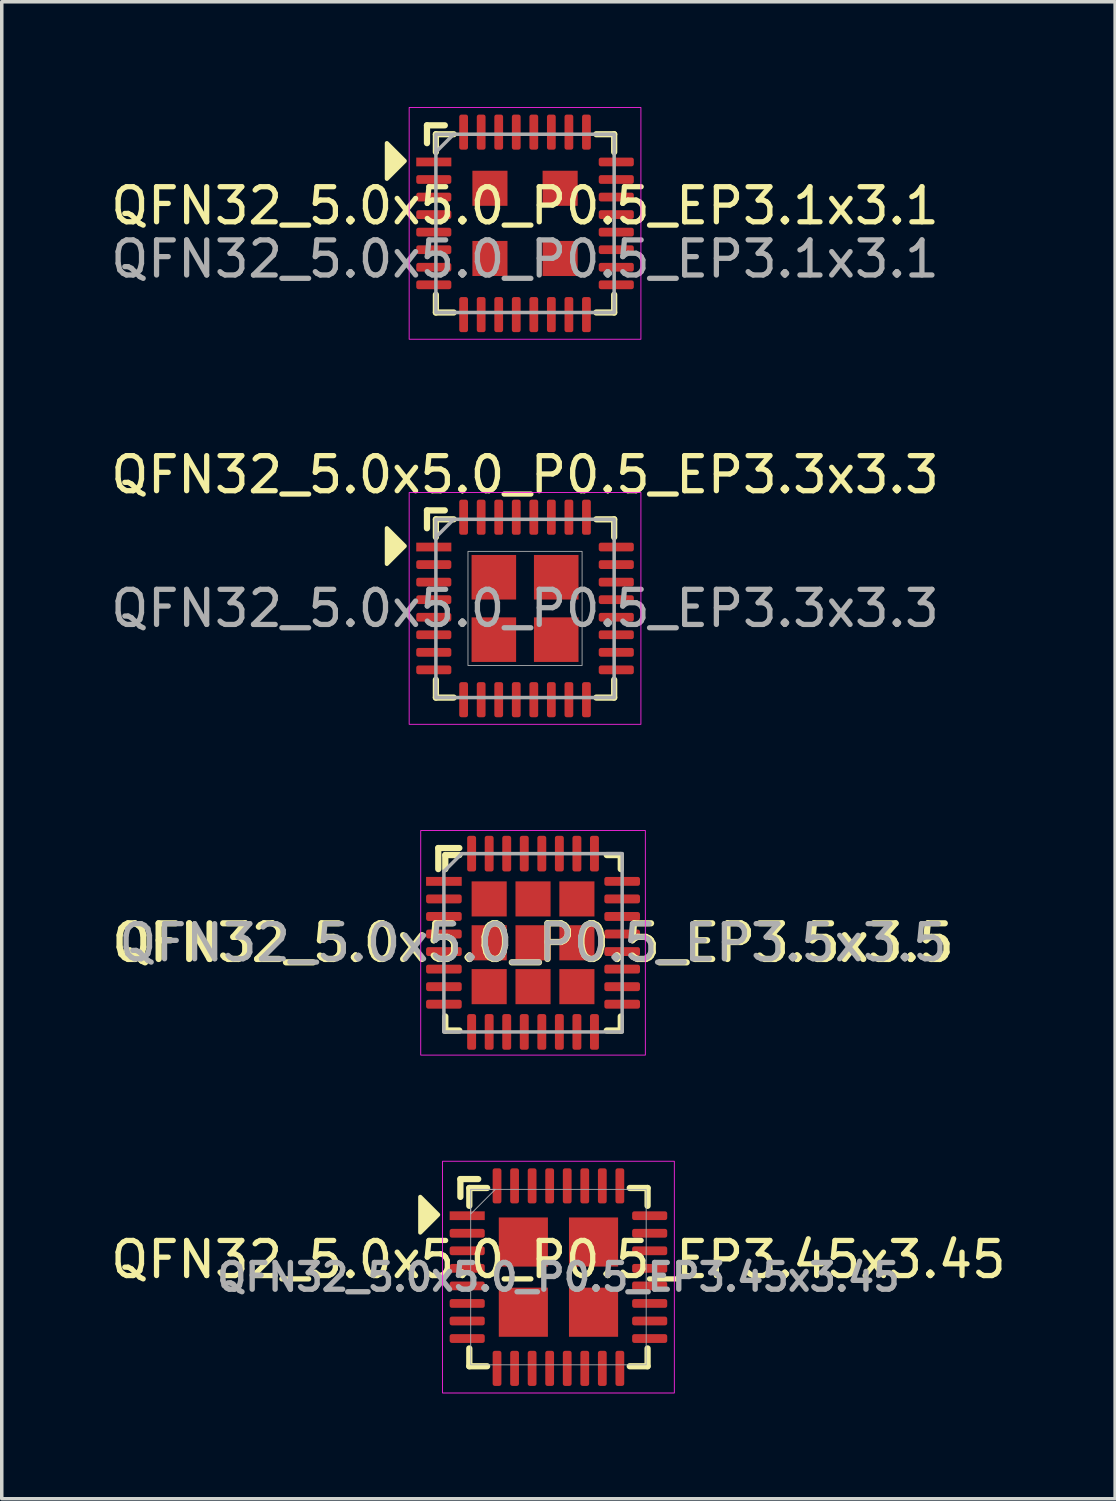
<source format=kicad_pcb>
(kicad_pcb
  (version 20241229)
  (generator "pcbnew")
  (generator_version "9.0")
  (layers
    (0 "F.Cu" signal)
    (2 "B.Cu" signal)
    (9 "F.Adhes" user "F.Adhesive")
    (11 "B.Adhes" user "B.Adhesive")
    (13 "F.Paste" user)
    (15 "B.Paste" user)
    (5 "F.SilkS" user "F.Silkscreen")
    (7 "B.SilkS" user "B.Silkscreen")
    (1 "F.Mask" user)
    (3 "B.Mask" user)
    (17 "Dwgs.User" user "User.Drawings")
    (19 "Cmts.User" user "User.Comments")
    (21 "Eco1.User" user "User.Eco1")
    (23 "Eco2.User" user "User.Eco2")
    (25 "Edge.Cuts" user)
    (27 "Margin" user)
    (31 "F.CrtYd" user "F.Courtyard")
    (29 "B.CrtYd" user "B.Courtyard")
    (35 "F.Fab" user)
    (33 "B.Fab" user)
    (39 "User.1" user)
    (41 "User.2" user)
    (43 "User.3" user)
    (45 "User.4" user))
  (footprint "QFN32_5.0x5.0_P0.5_EP3.45x3.45"
    (layer "F.Cu")
    (at 12.863 33.342)
    (property "Reference" "QFN32_5.0x5.0_P0.5_EP3.45x3.45" (at 0 -0.5 0) (unlocked yes) (layer "F.SilkS") (effects (font (size 1 1) (thickness 0.15))))
    (attr smd)
    (fp_line (start -2.794 -2.794) (end -2.286 -2.794) (stroke (width 0.178) (type solid)) (layer "F.SilkS"))
    (fp_line (start -2.794 -2.286) (end -2.794 -2.794) (stroke (width 0.178) (type solid)) (layer "F.SilkS"))
    (fp_line (start -2.54 -2.54) (end -2.032 -2.54) (stroke (width 0.178) (type solid)) (layer "F.SilkS"))
    (fp_line (start -2.54 -2.032) (end -2.54 -2.54) (stroke (width 0.178) (type solid)) (layer "F.SilkS"))
    (fp_line (start -2.54 2.54) (end -2.54 2.032) (stroke (width 0.178) (type solid)) (layer "F.SilkS"))
    (fp_line (start -2.032 2.54) (end -2.54 2.54) (stroke (width 0.178) (type solid)) (layer "F.SilkS"))
    (fp_line (start 2.032 -2.54) (end 2.54 -2.54) (stroke (width 0.178) (type solid)) (layer "F.SilkS"))
    (fp_line (start 2.54 -2.54) (end 2.54 -2.032) (stroke (width 0.178) (type solid)) (layer "F.SilkS"))
    (fp_line (start 2.54 2.032) (end 2.54 2.54) (stroke (width 0.178) (type solid)) (layer "F.SilkS"))
    (fp_line (start 2.54 2.54) (end 2.032 2.54) (stroke (width 0.178) (type solid)) (layer "F.SilkS"))
    (fp_poly (pts (xy -3.429 -1.778) (xy -3.937 -1.27) (xy -3.937 -2.286)) (stroke (width 0.12) (type solid)) (fill yes) (layer "F.SilkS"))
    (fp_rect (start -3.302 -3.302) (end 3.302 3.302) (stroke (width 0.025) (type solid)) (fill no) (layer "F.CrtYd"))
    (fp_rect (start -2.5 -2.5) (end 2.5 2.5) (stroke (width 0.025) (type solid)) (fill no) (layer "F.Fab"))
    (fp_poly (pts (xy -2.5 -1.8) (xy -2.5 -2.5) (xy -1.8 -2.5)) (stroke (width 0.025) (type solid)) (fill no) (layer "F.Fab"))
    (fp_text user "${REFERENCE}" (at 0 0 0) (unlocked yes) (layer "F.Fab") (effects (font (size 0.762 0.762) (thickness 0.152) (bold yes))))
    (pad "1" smd rect (at -2.6 -1.75) (size 1 0.25) (layers "F.Cu" "F.Mask" "F.Paste"))
    (pad "2" smd roundrect (at -2.6 -1.25) (size 1 0.25) (layers "F.Cu" "F.Mask" "F.Paste") (roundrect_rratio 0.25))
    (pad "3" smd roundrect (at -2.6 -0.75) (size 1 0.25) (layers "F.Cu" "F.Mask" "F.Paste") (roundrect_rratio 0.25))
    (pad "4" smd roundrect (at -2.6 -0.25) (size 1 0.25) (layers "F.Cu" "F.Mask" "F.Paste") (roundrect_rratio 0.25))
    (pad "5" smd roundrect (at -2.6 0.25) (size 1 0.25) (layers "F.Cu" "F.Mask" "F.Paste") (roundrect_rratio 0.25))
    (pad "6" smd roundrect (at -2.6 0.75) (size 1 0.25) (layers "F.Cu" "F.Mask" "F.Paste") (roundrect_rratio 0.25))
    (pad "7" smd roundrect (at -2.6 1.25) (size 1 0.25) (layers "F.Cu" "F.Mask" "F.Paste") (roundrect_rratio 0.25))
    (pad "8" smd roundrect (at -2.6 1.75) (size 1 0.25) (layers "F.Cu" "F.Mask" "F.Paste") (roundrect_rratio 0.25))
    (pad "9" smd roundrect (at -1.75 2.6) (size 0.25 1) (layers "F.Cu" "F.Mask" "F.Paste") (roundrect_rratio 0.25))
    (pad "10" smd roundrect (at -1.25 2.6) (size 0.25 1) (layers "F.Cu" "F.Mask" "F.Paste") (roundrect_rratio 0.25))
    (pad "11" smd roundrect (at -0.75 2.6) (size 0.25 1) (layers "F.Cu" "F.Mask" "F.Paste") (roundrect_rratio 0.25))
    (pad "12" smd roundrect (at -0.25 2.6) (size 0.25 1) (layers "F.Cu" "F.Mask" "F.Paste") (roundrect_rratio 0.25))
    (pad "13" smd roundrect (at 0.25 2.6) (size 0.25 1) (layers "F.Cu" "F.Mask" "F.Paste") (roundrect_rratio 0.25))
    (pad "14" smd roundrect (at 0.75 2.6) (size 0.25 1) (layers "F.Cu" "F.Mask" "F.Paste") (roundrect_rratio 0.25))
    (pad "15" smd roundrect (at 1.25 2.6) (size 0.25 1) (layers "F.Cu" "F.Mask" "F.Paste") (roundrect_rratio 0.25))
    (pad "16" smd roundrect (at 1.75 2.6) (size 0.25 1) (layers "F.Cu" "F.Mask" "F.Paste") (roundrect_rratio 0.25))
    (pad "17" smd roundrect (at 2.6 1.75) (size 1 0.25) (layers "F.Cu" "F.Mask" "F.Paste") (roundrect_rratio 0.25))
    (pad "18" smd roundrect (at 2.6 1.25) (size 1 0.25) (layers "F.Cu" "F.Mask" "F.Paste") (roundrect_rratio 0.25))
    (pad "19" smd roundrect (at 2.6 0.75) (size 1 0.25) (layers "F.Cu" "F.Mask" "F.Paste") (roundrect_rratio 0.25))
    (pad "20" smd roundrect (at 2.6 0.25) (size 1 0.25) (layers "F.Cu" "F.Mask" "F.Paste") (roundrect_rratio 0.25))
    (pad "21" smd roundrect (at 2.6 -0.25) (size 1 0.25) (layers "F.Cu" "F.Mask" "F.Paste") (roundrect_rratio 0.25))
    (pad "22" smd roundrect (at 2.6 -0.75) (size 1 0.25) (layers "F.Cu" "F.Mask" "F.Paste") (roundrect_rratio 0.25))
    (pad "23" smd roundrect (at 2.6 -1.25) (size 1 0.25) (layers "F.Cu" "F.Mask" "F.Paste") (roundrect_rratio 0.25))
    (pad "24" smd roundrect (at 2.6 -1.75) (size 1 0.25) (layers "F.Cu" "F.Mask" "F.Paste") (roundrect_rratio 0.25))
    (pad "25" smd roundrect (at 1.75 -2.6) (size 0.25 1) (layers "F.Cu" "F.Mask" "F.Paste") (roundrect_rratio 0.25))
    (pad "26" smd roundrect (at 1.25 -2.6) (size 0.25 1) (layers "F.Cu" "F.Mask" "F.Paste") (roundrect_rratio 0.25))
    (pad "27" smd roundrect (at 0.75 -2.6) (size 0.25 1) (layers "F.Cu" "F.Mask" "F.Paste") (roundrect_rratio 0.25))
    (pad "28" smd roundrect (at 0.25 -2.6) (size 0.25 1) (layers "F.Cu" "F.Mask" "F.Paste") (roundrect_rratio 0.25))
    (pad "29" smd roundrect (at -0.25 -2.6) (size 0.25 1) (layers "F.Cu" "F.Mask" "F.Paste") (roundrect_rratio 0.25))
    (pad "30" smd roundrect (at -0.75 -2.6) (size 0.25 1) (layers "F.Cu" "F.Mask" "F.Paste") (roundrect_rratio 0.25))
    (pad "31" smd roundrect (at -1.25 -2.6) (size 0.25 1) (layers "F.Cu" "F.Mask" "F.Paste") (roundrect_rratio 0.25))
    (pad "32" smd roundrect (at -1.75 -2.6) (size 0.25 1) (layers "F.Cu" "F.Mask" "F.Paste") (roundrect_rratio 0.25))
    (pad "33" smd rect (at -1 -1) (size 1.4 1.4) (layers "F.Cu" "F.Mask" "F.Paste"))
    (pad "33" smd rect (at -1 1) (size 1.4 1.4) (layers "F.Cu" "F.Mask" "F.Paste"))
    (pad "33" smd rect (at 1 -1) (size 1.4 1.4) (layers "F.Cu" "F.Mask" "F.Paste"))
    (pad "33" smd rect (at 1 1) (size 1.4 1.4) (layers "F.Cu" "F.Mask" "F.Paste")))
  (footprint "QFN32_5.0x5.0_P0.5_EP3.3x3.3"
    (layer "F.Cu")
    (at 11.911 14.288)
    (property "Reference" "QFN32_5.0x5.0_P0.5_EP3.3x3.3" (at 0 -3.81 0) (unlocked yes) (layer "F.SilkS") (effects (font (size 1 1) (thickness 0.15))))
    (attr smd)
    (fp_line (start -2.794 -2.794) (end -2.286 -2.794) (stroke (width 0.178) (type solid)) (layer "F.SilkS"))
    (fp_line (start -2.794 -2.286) (end -2.794 -2.794) (stroke (width 0.178) (type solid)) (layer "F.SilkS"))
    (fp_line (start -2.54 -2.54) (end -2.032 -2.54) (stroke (width 0.178) (type solid)) (layer "F.SilkS"))
    (fp_line (start -2.54 -2.032) (end -2.54 -2.54) (stroke (width 0.178) (type solid)) (layer "F.SilkS"))
    (fp_line (start -2.54 2.54) (end -2.54 2.032) (stroke (width 0.178) (type solid)) (layer "F.SilkS"))
    (fp_line (start -2.032 2.54) (end -2.54 2.54) (stroke (width 0.178) (type solid)) (layer "F.SilkS"))
    (fp_line (start 2.032 -2.54) (end 2.54 -2.54) (stroke (width 0.178) (type solid)) (layer "F.SilkS"))
    (fp_line (start 2.54 -2.54) (end 2.54 -2.032) (stroke (width 0.178) (type solid)) (layer "F.SilkS"))
    (fp_line (start 2.54 2.032) (end 2.54 2.54) (stroke (width 0.178) (type solid)) (layer "F.SilkS"))
    (fp_line (start 2.54 2.54) (end 2.032 2.54) (stroke (width 0.178) (type solid)) (layer "F.SilkS"))
    (fp_poly (pts (xy -3.429 -1.778) (xy -3.937 -1.27) (xy -3.937 -2.286)) (stroke (width 0.12) (type solid)) (fill yes) (layer "F.SilkS"))
    (fp_rect (start -3.302 -3.302) (end 3.302 3.302) (stroke (width 0.025) (type solid)) (fill no) (layer "F.CrtYd"))
    (fp_line (start -2.54 -2.032) (end -2.032 -2.54) (stroke (width 0.1) (type solid)) (layer "F.Fab"))
    (fp_rect (start -2.54 -2.54) (end 2.54 2.54) (stroke (width 0.1) (type solid)) (fill no) (layer "F.Fab"))
    (fp_rect (start -1.626 1.626) (end 1.626 -1.626) (stroke (width 0.025) (type solid)) (fill no) (layer "F.Fab"))
    (fp_text user "${REFERENCE}" (at 0 0 0) (unlocked yes) (layer "F.Fab") (effects (font (size 1 1) (thickness 0.15))))
    (pad "1" smd rect (at -2.6 -1.75) (size 1 0.25) (layers "F.Cu" "F.Mask" "F.Paste"))
    (pad "2" smd roundrect (at -2.6 -1.25) (size 1 0.25) (layers "F.Cu" "F.Mask" "F.Paste") (roundrect_rratio 0.25))
    (pad "3" smd roundrect (at -2.6 -0.75) (size 1 0.25) (layers "F.Cu" "F.Mask" "F.Paste") (roundrect_rratio 0.25))
    (pad "4" smd roundrect (at -2.6 -0.25) (size 1 0.25) (layers "F.Cu" "F.Mask" "F.Paste") (roundrect_rratio 0.25))
    (pad "5" smd roundrect (at -2.6 0.25) (size 1 0.25) (layers "F.Cu" "F.Mask" "F.Paste") (roundrect_rratio 0.25))
    (pad "6" smd roundrect (at -2.6 0.75) (size 1 0.25) (layers "F.Cu" "F.Mask" "F.Paste") (roundrect_rratio 0.25))
    (pad "7" smd roundrect (at -2.6 1.25) (size 1 0.25) (layers "F.Cu" "F.Mask" "F.Paste") (roundrect_rratio 0.25))
    (pad "8" smd roundrect (at -2.6 1.75) (size 1 0.25) (layers "F.Cu" "F.Mask" "F.Paste") (roundrect_rratio 0.25))
    (pad "9" smd roundrect (at -1.75 2.6) (size 0.25 1) (layers "F.Cu" "F.Mask" "F.Paste") (roundrect_rratio 0.25))
    (pad "10" smd roundrect (at -1.25 2.6) (size 0.25 1) (layers "F.Cu" "F.Mask" "F.Paste") (roundrect_rratio 0.25))
    (pad "11" smd roundrect (at -0.75 2.6) (size 0.25 1) (layers "F.Cu" "F.Mask" "F.Paste") (roundrect_rratio 0.25))
    (pad "12" smd roundrect (at -0.25 2.6) (size 0.25 1) (layers "F.Cu" "F.Mask" "F.Paste") (roundrect_rratio 0.25))
    (pad "13" smd roundrect (at 0.25 2.6) (size 0.25 1) (layers "F.Cu" "F.Mask" "F.Paste") (roundrect_rratio 0.25))
    (pad "14" smd roundrect (at 0.75 2.6) (size 0.25 1) (layers "F.Cu" "F.Mask" "F.Paste") (roundrect_rratio 0.25))
    (pad "15" smd roundrect (at 1.25 2.6) (size 0.25 1) (layers "F.Cu" "F.Mask" "F.Paste") (roundrect_rratio 0.25))
    (pad "16" smd roundrect (at 1.75 2.6) (size 0.25 1) (layers "F.Cu" "F.Mask" "F.Paste") (roundrect_rratio 0.25))
    (pad "17" smd roundrect (at 2.6 1.75) (size 1 0.25) (layers "F.Cu" "F.Mask" "F.Paste") (roundrect_rratio 0.25))
    (pad "18" smd roundrect (at 2.6 1.25) (size 1 0.25) (layers "F.Cu" "F.Mask" "F.Paste") (roundrect_rratio 0.25))
    (pad "19" smd roundrect (at 2.6 0.75) (size 1 0.25) (layers "F.Cu" "F.Mask" "F.Paste") (roundrect_rratio 0.25))
    (pad "20" smd roundrect (at 2.6 0.25) (size 1 0.25) (layers "F.Cu" "F.Mask" "F.Paste") (roundrect_rratio 0.25))
    (pad "21" smd roundrect (at 2.6 -0.25) (size 1 0.25) (layers "F.Cu" "F.Mask" "F.Paste") (roundrect_rratio 0.25))
    (pad "22" smd roundrect (at 2.6 -0.75) (size 1 0.25) (layers "F.Cu" "F.Mask" "F.Paste") (roundrect_rratio 0.25))
    (pad "23" smd roundrect (at 2.6 -1.25) (size 1 0.25) (layers "F.Cu" "F.Mask" "F.Paste") (roundrect_rratio 0.25))
    (pad "24" smd roundrect (at 2.6 -1.75) (size 1 0.25) (layers "F.Cu" "F.Mask" "F.Paste") (roundrect_rratio 0.25))
    (pad "25" smd roundrect (at 1.75 -2.6) (size 0.25 1) (layers "F.Cu" "F.Mask" "F.Paste") (roundrect_rratio 0.25))
    (pad "26" smd roundrect (at 1.25 -2.6) (size 0.25 1) (layers "F.Cu" "F.Mask" "F.Paste") (roundrect_rratio 0.25))
    (pad "27" smd roundrect (at 0.75 -2.6) (size 0.25 1) (layers "F.Cu" "F.Mask" "F.Paste") (roundrect_rratio 0.25))
    (pad "28" smd roundrect (at 0.25 -2.6) (size 0.25 1) (layers "F.Cu" "F.Mask" "F.Paste") (roundrect_rratio 0.25))
    (pad "29" smd roundrect (at -0.25 -2.6) (size 0.25 1) (layers "F.Cu" "F.Mask" "F.Paste") (roundrect_rratio 0.25))
    (pad "30" smd roundrect (at -0.75 -2.6) (size 0.25 1) (layers "F.Cu" "F.Mask" "F.Paste") (roundrect_rratio 0.25))
    (pad "31" smd roundrect (at -1.25 -2.6) (size 0.25 1) (layers "F.Cu" "F.Mask" "F.Paste") (roundrect_rratio 0.25))
    (pad "32" smd roundrect (at -1.75 -2.6) (size 0.25 1) (layers "F.Cu" "F.Mask" "F.Paste") (roundrect_rratio 0.25))
    (pad "33" smd rect (at -0.889 -0.889) (size 1.27 1.27) (layers "F.Cu" "F.Mask" "F.Paste"))
    (pad "33" smd rect (at -0.889 0.889) (size 1.27 1.27) (layers "F.Cu" "F.Mask" "F.Paste"))
    (pad "33" smd rect (at 0.889 -0.889) (size 1.27 1.27) (layers "F.Cu" "F.Mask" "F.Paste"))
    (pad "33" smd rect (at 0.889 0.889) (size 1.27 1.27) (layers "F.Cu" "F.Mask" "F.Paste")))
  (footprint "QFN32_5.0x5.0_P0.5_EP3.5x3.5"
    (layer "F.Cu")
    (at 12.139 23.815)
    (property "Reference" "QFN32_5.0x5.0_P0.5_EP3.5x3.5" (at 0 0 0) (layer "F.SilkS") (effects (font (size 1.016 1.016) (thickness 0.178))))
    (attr smd)
    (fp_line (start -2.7 -2.7) (end -2.1 -2.7) (stroke (width 0.178) (type default)) (layer "F.SilkS"))
    (fp_line (start -2.7 -2.1) (end -2.7 -2.7) (stroke (width 0.178) (type default)) (layer "F.SilkS"))
    (fp_line (start -2.5 -2.1) (end -2.5 -2.5) (stroke (width 0.178) (type solid)) (layer "F.SilkS"))
    (fp_line (start -2.5 2.5) (end -2.5 2.1) (stroke (width 0.178) (type solid)) (layer "F.SilkS"))
    (fp_line (start -2.1 -2.5) (end -2.5 -2.5) (stroke (width 0.178) (type solid)) (layer "F.SilkS"))
    (fp_line (start -2.1 2.5) (end -2.5 2.5) (stroke (width 0.178) (type solid)) (layer "F.SilkS"))
    (fp_line (start 2.1 -2.5) (end 2.5 -2.5) (stroke (width 0.178) (type solid)) (layer "F.SilkS"))
    (fp_line (start 2.5 -2.1) (end 2.5 -2.5) (stroke (width 0.178) (type solid)) (layer "F.SilkS"))
    (fp_line (start 2.5 2.1) (end 2.5 2.5) (stroke (width 0.178) (type solid)) (layer "F.SilkS"))
    (fp_line (start 2.5 2.5) (end 2.1 2.5) (stroke (width 0.178) (type solid)) (layer "F.SilkS"))
    (fp_rect (start -3.2 -3.2) (end 3.2 3.2) (stroke (width 0.025) (type solid)) (fill no) (layer "F.CrtYd"))
    (fp_line (start -2.54 -2.032) (end -2.54 2.54) (stroke (width 0.1) (type solid)) (layer "F.Fab"))
    (fp_line (start -2.54 2.54) (end 2.54 2.54) (stroke (width 0.1) (type solid)) (layer "F.Fab"))
    (fp_line (start -2.032 -2.54) (end -2.54 -2.032) (stroke (width 0.1) (type solid)) (layer "F.Fab"))
    (fp_line (start 2.54 -2.54) (end -2.032 -2.54) (stroke (width 0.1) (type solid)) (layer "F.Fab"))
    (fp_line (start 2.54 2.54) (end 2.54 -2.54) (stroke (width 0.1) (type solid)) (layer "F.Fab"))
    (fp_text user "${REFERENCE}" (at 0 0 0) (layer "F.Fab") (effects (font (size 1 1) (thickness 0.15))))
    (pad "1" smd rect (at -2.54 -1.75) (size 1.016 0.254) (layers "F.Cu" "F.Mask" "F.Paste"))
    (pad "2" smd roundrect (at -2.54 -1.25) (size 1.016 0.254) (layers "F.Cu" "F.Mask" "F.Paste") (roundrect_rratio 0.25))
    (pad "3" smd roundrect (at -2.54 -0.75) (size 1.016 0.254) (layers "F.Cu" "F.Mask" "F.Paste") (roundrect_rratio 0.25))
    (pad "4" smd roundrect (at -2.54 -0.25) (size 1.016 0.254) (layers "F.Cu" "F.Mask" "F.Paste") (roundrect_rratio 0.25))
    (pad "5" smd roundrect (at -2.54 0.25) (size 1.016 0.254) (layers "F.Cu" "F.Mask" "F.Paste") (roundrect_rratio 0.25))
    (pad "6" smd roundrect (at -2.54 0.75) (size 1.016 0.254) (layers "F.Cu" "F.Mask" "F.Paste") (roundrect_rratio 0.25))
    (pad "7" smd roundrect (at -2.54 1.25) (size 1.016 0.254) (layers "F.Cu" "F.Mask" "F.Paste") (roundrect_rratio 0.25))
    (pad "8" smd roundrect (at -2.54 1.75) (size 1.016 0.254) (layers "F.Cu" "F.Mask" "F.Paste") (roundrect_rratio 0.25))
    (pad "9" smd roundrect (at -1.75 2.54) (size 0.254 1.016) (layers "F.Cu" "F.Mask" "F.Paste") (roundrect_rratio 0.25))
    (pad "10" smd roundrect (at -1.25 2.54) (size 0.254 1.016) (layers "F.Cu" "F.Mask" "F.Paste") (roundrect_rratio 0.25))
    (pad "11" smd roundrect (at -0.75 2.54) (size 0.254 1.016) (layers "F.Cu" "F.Mask" "F.Paste") (roundrect_rratio 0.25))
    (pad "12" smd roundrect (at -0.25 2.54) (size 0.254 1.016) (layers "F.Cu" "F.Mask" "F.Paste") (roundrect_rratio 0.25))
    (pad "13" smd roundrect (at 0.25 2.54) (size 0.254 1.016) (layers "F.Cu" "F.Mask" "F.Paste") (roundrect_rratio 0.25))
    (pad "14" smd roundrect (at 0.75 2.54) (size 0.254 1.016) (layers "F.Cu" "F.Mask" "F.Paste") (roundrect_rratio 0.25))
    (pad "15" smd roundrect (at 1.25 2.54) (size 0.254 1.016) (layers "F.Cu" "F.Mask" "F.Paste") (roundrect_rratio 0.25))
    (pad "16" smd roundrect (at 1.75 2.54) (size 0.254 1.016) (layers "F.Cu" "F.Mask" "F.Paste") (roundrect_rratio 0.25))
    (pad "17" smd roundrect (at 2.54 1.75) (size 1.016 0.254) (layers "F.Cu" "F.Mask" "F.Paste") (roundrect_rratio 0.25))
    (pad "18" smd roundrect (at 2.54 1.25) (size 1.016 0.254) (layers "F.Cu" "F.Mask" "F.Paste") (roundrect_rratio 0.25))
    (pad "19" smd roundrect (at 2.54 0.75) (size 1.016 0.254) (layers "F.Cu" "F.Mask" "F.Paste") (roundrect_rratio 0.25))
    (pad "20" smd roundrect (at 2.54 0.25) (size 1.016 0.254) (layers "F.Cu" "F.Mask" "F.Paste") (roundrect_rratio 0.25))
    (pad "21" smd roundrect (at 2.54 -0.25) (size 1.016 0.254) (layers "F.Cu" "F.Mask" "F.Paste") (roundrect_rratio 0.25))
    (pad "22" smd roundrect (at 2.54 -0.75) (size 1.016 0.254) (layers "F.Cu" "F.Mask" "F.Paste") (roundrect_rratio 0.25))
    (pad "23" smd roundrect (at 2.54 -1.25) (size 1.016 0.254) (layers "F.Cu" "F.Mask" "F.Paste") (roundrect_rratio 0.25))
    (pad "24" smd roundrect (at 2.54 -1.75) (size 1.016 0.254) (layers "F.Cu" "F.Mask" "F.Paste") (roundrect_rratio 0.25))
    (pad "25" smd roundrect (at 1.75 -2.54) (size 0.254 1.016) (layers "F.Cu" "F.Mask" "F.Paste") (roundrect_rratio 0.25))
    (pad "26" smd roundrect (at 1.25 -2.54) (size 0.254 1.016) (layers "F.Cu" "F.Mask" "F.Paste") (roundrect_rratio 0.25))
    (pad "27" smd roundrect (at 0.75 -2.54) (size 0.254 1.016) (layers "F.Cu" "F.Mask" "F.Paste") (roundrect_rratio 0.25))
    (pad "28" smd roundrect (at 0.25 -2.54) (size 0.254 1.016) (layers "F.Cu" "F.Mask" "F.Paste") (roundrect_rratio 0.25))
    (pad "29" smd roundrect (at -0.25 -2.54) (size 0.254 1.016) (layers "F.Cu" "F.Mask" "F.Paste") (roundrect_rratio 0.25))
    (pad "30" smd roundrect (at -0.75 -2.54) (size 0.254 1.016) (layers "F.Cu" "F.Mask" "F.Paste") (roundrect_rratio 0.25))
    (pad "31" smd roundrect (at -1.25 -2.54) (size 0.254 1.016) (layers "F.Cu" "F.Mask" "F.Paste") (roundrect_rratio 0.25))
    (pad "32" smd roundrect (at -1.75 -2.54) (size 0.254 1.016) (layers "F.Cu" "F.Mask" "F.Paste") (roundrect_rratio 0.25))
    (pad "33" smd rect (at -1.25 -1.25) (size 1 1) (layers "F.Cu" "F.Mask" "F.Paste"))
    (pad "33" smd rect (at -1.25 0) (size 1 1) (layers "F.Cu" "F.Mask" "F.Paste"))
    (pad "33" smd rect (at -1.25 1.25) (size 1 1) (layers "F.Cu" "F.Mask" "F.Paste"))
    (pad "33" smd rect (at 0 -1.25) (size 1 1) (layers "F.Cu" "F.Mask" "F.Paste"))
    (pad "33" smd rect (at 0 0) (size 1 1) (layers "F.Cu" "F.Mask" "F.Paste"))
    (pad "33" smd rect (at 0 1.25) (size 1 1) (layers "F.Cu" "F.Mask" "F.Paste"))
    (pad "33" smd rect (at 1.25 -1.25) (size 1 1) (layers "F.Cu" "F.Mask" "F.Paste"))
    (pad "33" smd rect (at 1.25 0) (size 1 1) (layers "F.Cu" "F.Mask" "F.Paste"))
    (pad "33" smd rect (at 1.25 1.25) (size 1 1) (layers "F.Cu" "F.Mask" "F.Paste")))
  (footprint "QFN32_5.0x5.0_P0.5_EP3.1x3.1"
    (layer "F.Cu")
    (at 11.911 3.315)
    (property "Reference" "QFN32_5.0x5.0_P0.5_EP3.1x3.1" (at 0 -0.5 0) (unlocked yes) (layer "F.SilkS") (effects (font (size 1 1) (thickness 0.15))))
    (attr smd)
    (fp_line (start -2.794 -2.794) (end -2.286 -2.794) (stroke (width 0.178) (type solid)) (layer "F.SilkS"))
    (fp_line (start -2.794 -2.286) (end -2.794 -2.794) (stroke (width 0.178) (type solid)) (layer "F.SilkS"))
    (fp_line (start -2.54 -2.54) (end -2.032 -2.54) (stroke (width 0.178) (type solid)) (layer "F.SilkS"))
    (fp_line (start -2.54 -2.032) (end -2.54 -2.54) (stroke (width 0.178) (type solid)) (layer "F.SilkS"))
    (fp_line (start -2.54 2.54) (end -2.54 2.032) (stroke (width 0.178) (type solid)) (layer "F.SilkS"))
    (fp_line (start -2.032 2.54) (end -2.54 2.54) (stroke (width 0.178) (type solid)) (layer "F.SilkS"))
    (fp_line (start 2.032 -2.54) (end 2.54 -2.54) (stroke (width 0.178) (type solid)) (layer "F.SilkS"))
    (fp_line (start 2.54 -2.54) (end 2.54 -2.032) (stroke (width 0.178) (type solid)) (layer "F.SilkS"))
    (fp_line (start 2.54 2.032) (end 2.54 2.54) (stroke (width 0.178) (type solid)) (layer "F.SilkS"))
    (fp_line (start 2.54 2.54) (end 2.032 2.54) (stroke (width 0.178) (type solid)) (layer "F.SilkS"))
    (fp_poly (pts (xy -3.429 -1.778) (xy -3.937 -1.27) (xy -3.937 -2.286)) (stroke (width 0.12) (type solid)) (fill yes) (layer "F.SilkS"))
    (fp_rect (start -3.302 -3.302) (end 3.302 3.302) (stroke (width 0.025) (type solid)) (fill no) (layer "F.CrtYd"))
    (fp_line (start -2.54 -2.032) (end -2.032 -2.54) (stroke (width 0.1) (type solid)) (layer "F.Fab"))
    (fp_rect (start -2.54 -2.54) (end 2.54 2.54) (stroke (width 0.1) (type solid)) (fill no) (layer "F.Fab"))
    (fp_text user "${REFERENCE}" (at 0 1.016 0) (unlocked yes) (layer "F.Fab") (effects (font (size 1 1) (thickness 0.15))))
    (pad "1" smd rect (at -2.6 -1.75) (size 1 0.25) (layers "F.Cu" "F.Mask" "F.Paste"))
    (pad "2" smd roundrect (at -2.6 -1.25) (size 1 0.25) (layers "F.Cu" "F.Mask" "F.Paste") (roundrect_rratio 0.25))
    (pad "3" smd roundrect (at -2.6 -0.75) (size 1 0.25) (layers "F.Cu" "F.Mask" "F.Paste") (roundrect_rratio 0.25))
    (pad "4" smd roundrect (at -2.6 -0.25) (size 1 0.25) (layers "F.Cu" "F.Mask" "F.Paste") (roundrect_rratio 0.25))
    (pad "5" smd roundrect (at -2.6 0.25) (size 1 0.25) (layers "F.Cu" "F.Mask" "F.Paste") (roundrect_rratio 0.25))
    (pad "6" smd roundrect (at -2.6 0.75) (size 1 0.25) (layers "F.Cu" "F.Mask" "F.Paste") (roundrect_rratio 0.25))
    (pad "7" smd roundrect (at -2.6 1.25) (size 1 0.25) (layers "F.Cu" "F.Mask" "F.Paste") (roundrect_rratio 0.25))
    (pad "8" smd roundrect (at -2.6 1.75) (size 1 0.25) (layers "F.Cu" "F.Mask" "F.Paste") (roundrect_rratio 0.25))
    (pad "9" smd roundrect (at -1.75 2.6) (size 0.25 1) (layers "F.Cu" "F.Mask" "F.Paste") (roundrect_rratio 0.25))
    (pad "10" smd roundrect (at -1.25 2.6) (size 0.25 1) (layers "F.Cu" "F.Mask" "F.Paste") (roundrect_rratio 0.25))
    (pad "11" smd roundrect (at -0.75 2.6) (size 0.25 1) (layers "F.Cu" "F.Mask" "F.Paste") (roundrect_rratio 0.25))
    (pad "12" smd roundrect (at -0.25 2.6) (size 0.25 1) (layers "F.Cu" "F.Mask" "F.Paste") (roundrect_rratio 0.25))
    (pad "13" smd roundrect (at 0.25 2.6) (size 0.25 1) (layers "F.Cu" "F.Mask" "F.Paste") (roundrect_rratio 0.25))
    (pad "14" smd roundrect (at 0.75 2.6) (size 0.25 1) (layers "F.Cu" "F.Mask" "F.Paste") (roundrect_rratio 0.25))
    (pad "15" smd roundrect (at 1.25 2.6) (size 0.25 1) (layers "F.Cu" "F.Mask" "F.Paste") (roundrect_rratio 0.25))
    (pad "16" smd roundrect (at 1.75 2.6) (size 0.25 1) (layers "F.Cu" "F.Mask" "F.Paste") (roundrect_rratio 0.25))
    (pad "17" smd roundrect (at 2.6 1.75) (size 1 0.25) (layers "F.Cu" "F.Mask" "F.Paste") (roundrect_rratio 0.25))
    (pad "18" smd roundrect (at 2.6 1.25) (size 1 0.25) (layers "F.Cu" "F.Mask" "F.Paste") (roundrect_rratio 0.25))
    (pad "19" smd roundrect (at 2.6 0.75) (size 1 0.25) (layers "F.Cu" "F.Mask" "F.Paste") (roundrect_rratio 0.25))
    (pad "20" smd roundrect (at 2.6 0.25) (size 1 0.25) (layers "F.Cu" "F.Mask" "F.Paste") (roundrect_rratio 0.25))
    (pad "21" smd roundrect (at 2.6 -0.25) (size 1 0.25) (layers "F.Cu" "F.Mask" "F.Paste") (roundrect_rratio 0.25))
    (pad "22" smd roundrect (at 2.6 -0.75) (size 1 0.25) (layers "F.Cu" "F.Mask" "F.Paste") (roundrect_rratio 0.25))
    (pad "23" smd roundrect (at 2.6 -1.25) (size 1 0.25) (layers "F.Cu" "F.Mask" "F.Paste") (roundrect_rratio 0.25))
    (pad "24" smd roundrect (at 2.6 -1.75) (size 1 0.25) (layers "F.Cu" "F.Mask" "F.Paste") (roundrect_rratio 0.25))
    (pad "25" smd roundrect (at 1.75 -2.6) (size 0.25 1) (layers "F.Cu" "F.Mask" "F.Paste") (roundrect_rratio 0.25))
    (pad "26" smd roundrect (at 1.25 -2.6) (size 0.25 1) (layers "F.Cu" "F.Mask" "F.Paste") (roundrect_rratio 0.25))
    (pad "27" smd roundrect (at 0.75 -2.6) (size 0.25 1) (layers "F.Cu" "F.Mask" "F.Paste") (roundrect_rratio 0.25))
    (pad "28" smd roundrect (at 0.25 -2.6) (size 0.25 1) (layers "F.Cu" "F.Mask" "F.Paste") (roundrect_rratio 0.25))
    (pad "29" smd roundrect (at -0.25 -2.6) (size 0.25 1) (layers "F.Cu" "F.Mask" "F.Paste") (roundrect_rratio 0.25))
    (pad "30" smd roundrect (at -0.75 -2.6) (size 0.25 1) (layers "F.Cu" "F.Mask" "F.Paste") (roundrect_rratio 0.25))
    (pad "31" smd roundrect (at -1.25 -2.6) (size 0.25 1) (layers "F.Cu" "F.Mask" "F.Paste") (roundrect_rratio 0.25))
    (pad "32" smd roundrect (at -1.75 -2.6) (size 0.25 1) (layers "F.Cu" "F.Mask" "F.Paste") (roundrect_rratio 0.25))
    (pad "33" smd rect (at -1 -1) (size 1 1) (layers "F.Cu" "F.Mask" "F.Paste"))
    (pad "33" smd rect (at -1 1) (size 1 1) (layers "F.Cu" "F.Mask" "F.Paste"))
    (pad "33" smd rect (at 1 -1) (size 1 1) (layers "F.Cu" "F.Mask" "F.Paste"))
    (pad "33" smd rect (at 1 1) (size 1 1) (layers "F.Cu" "F.Mask" "F.Paste")))
  (gr_rect
    (start -3 -3)
    (end 28.726 39.657)
    (stroke (width 0.1) (type default))
    (fill no)
    (layer "Edge.Cuts")))
</source>
